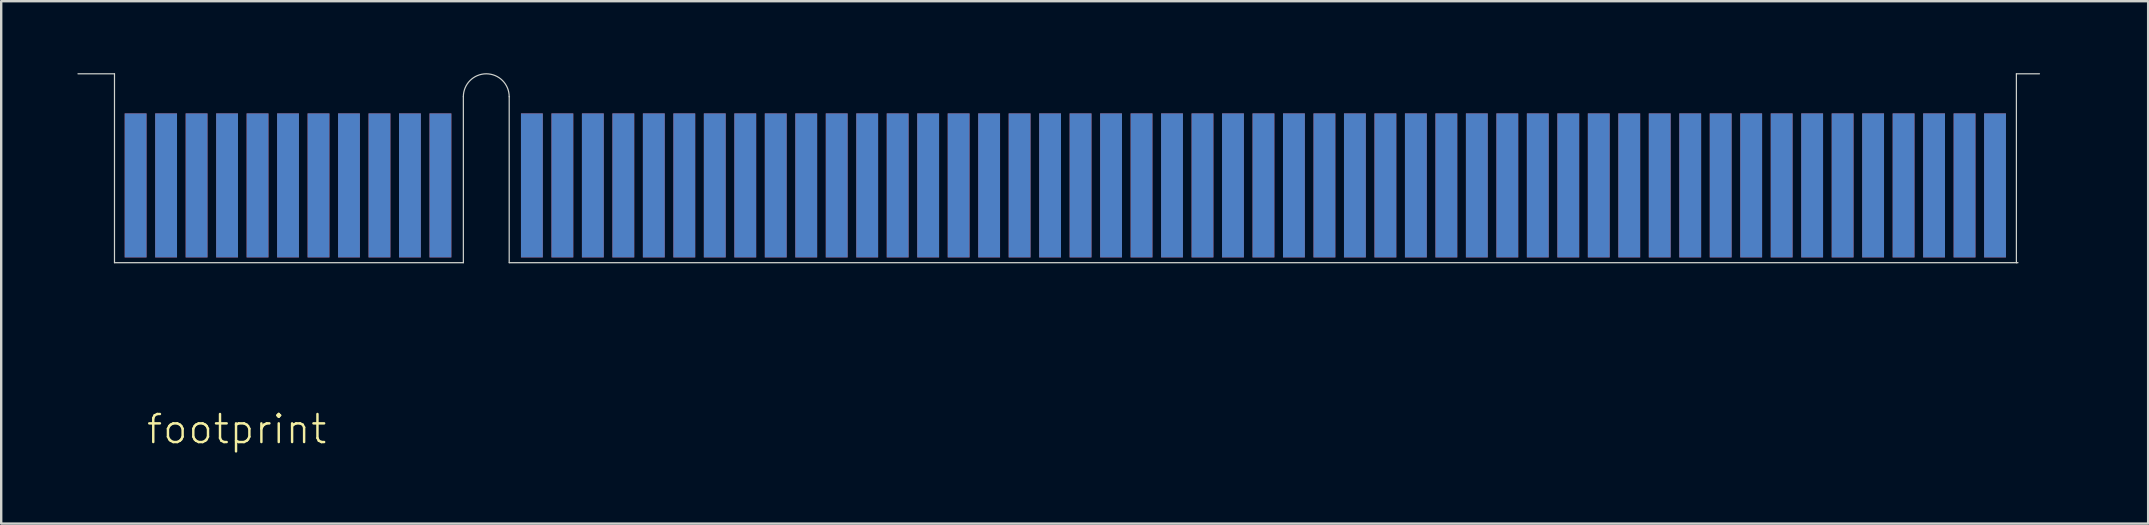
<source format=kicad_pcb>
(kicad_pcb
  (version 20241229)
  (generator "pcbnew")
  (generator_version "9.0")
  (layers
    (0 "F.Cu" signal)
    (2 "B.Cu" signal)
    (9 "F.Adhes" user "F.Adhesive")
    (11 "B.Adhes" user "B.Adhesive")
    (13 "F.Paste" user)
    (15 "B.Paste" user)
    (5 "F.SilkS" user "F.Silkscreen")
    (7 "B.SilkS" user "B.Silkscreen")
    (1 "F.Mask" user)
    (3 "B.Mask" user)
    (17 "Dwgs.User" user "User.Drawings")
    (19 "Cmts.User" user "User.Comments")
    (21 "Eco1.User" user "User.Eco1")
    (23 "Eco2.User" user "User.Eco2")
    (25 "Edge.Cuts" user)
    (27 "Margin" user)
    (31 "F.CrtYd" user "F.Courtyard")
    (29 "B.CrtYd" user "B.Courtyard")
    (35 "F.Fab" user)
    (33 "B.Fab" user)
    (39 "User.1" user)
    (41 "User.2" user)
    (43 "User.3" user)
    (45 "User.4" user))
  (footprint "footprint"
    (layer "F.Cu")
    (at 2.6 7.895)
    (property "Reference" "footprint" (at 0.39 7.62 0) (layer "F.SilkS") (effects (font (size 1.168 1.168) (thickness 0.102)) (justify left bottom)))
    (fp_line (start -2.15 3.81) (end 80.4 3.81) (stroke (width 0.9) (type solid)) (layer "F.Mask"))
    (fp_line (start 0 -5.915) (end 0 3.52) (stroke (width 0.91) (type solid)) (layer "F.Mask"))
    (fp_line (start 1.27 -5.915) (end 1.27 3.52) (stroke (width 0.91) (type solid)) (layer "F.Mask"))
    (fp_line (start 2.54 -5.915) (end 2.54 3.52) (stroke (width 0.91) (type solid)) (layer "F.Mask"))
    (fp_line (start 3.81 -5.915) (end 3.81 3.52) (stroke (width 0.91) (type solid)) (layer "F.Mask"))
    (fp_line (start 5.08 -5.915) (end 5.08 3.52) (stroke (width 0.91) (type solid)) (layer "F.Mask"))
    (fp_line (start 6.35 -5.915) (end 6.35 3.52) (stroke (width 0.91) (type solid)) (layer "F.Mask"))
    (fp_line (start 7.62 -5.915) (end 7.62 3.52) (stroke (width 0.91) (type solid)) (layer "F.Mask"))
    (fp_line (start 8.89 -5.915) (end 8.89 3.52) (stroke (width 0.91) (type solid)) (layer "F.Mask"))
    (fp_line (start 10.16 -5.915) (end 10.16 3.52) (stroke (width 0.91) (type solid)) (layer "F.Mask"))
    (fp_line (start 11.43 -5.915) (end 11.43 3.52) (stroke (width 0.91) (type solid)) (layer "F.Mask"))
    (fp_line (start 12.7 -5.915) (end 12.7 3.52) (stroke (width 0.91) (type solid)) (layer "F.Mask"))
    (fp_line (start 16.51 -5.915) (end 16.51 3.52) (stroke (width 0.91) (type solid)) (layer "F.Mask"))
    (fp_line (start 17.78 -5.915) (end 17.78 3.52) (stroke (width 0.91) (type solid)) (layer "F.Mask"))
    (fp_line (start 19.05 -5.915) (end 19.05 3.52) (stroke (width 0.91) (type solid)) (layer "F.Mask"))
    (fp_line (start 20.32 -5.915) (end 20.32 3.52) (stroke (width 0.91) (type solid)) (layer "F.Mask"))
    (fp_line (start 21.59 -5.915) (end 21.59 3.52) (stroke (width 0.91) (type solid)) (layer "F.Mask"))
    (fp_line (start 22.86 -5.915) (end 22.86 3.52) (stroke (width 0.91) (type solid)) (layer "F.Mask"))
    (fp_line (start 24.13 -5.915) (end 24.13 3.52) (stroke (width 0.91) (type solid)) (layer "F.Mask"))
    (fp_line (start 25.4 -5.915) (end 25.4 3.52) (stroke (width 0.91) (type solid)) (layer "F.Mask"))
    (fp_line (start 26.67 -5.915) (end 26.67 3.52) (stroke (width 0.91) (type solid)) (layer "F.Mask"))
    (fp_line (start 27.94 -5.915) (end 27.94 3.52) (stroke (width 0.91) (type solid)) (layer "F.Mask"))
    (fp_line (start 29.21 -5.915) (end 29.21 3.52) (stroke (width 0.91) (type solid)) (layer "F.Mask"))
    (fp_line (start 30.48 -5.915) (end 30.48 3.52) (stroke (width 0.91) (type solid)) (layer "F.Mask"))
    (fp_line (start 31.75 -5.915) (end 31.75 3.52) (stroke (width 0.91) (type solid)) (layer "F.Mask"))
    (fp_line (start 33.02 -5.915) (end 33.02 3.52) (stroke (width 0.91) (type solid)) (layer "F.Mask"))
    (fp_line (start 34.29 -5.915) (end 34.29 3.52) (stroke (width 0.91) (type solid)) (layer "F.Mask"))
    (fp_line (start 35.56 -5.915) (end 35.56 3.52) (stroke (width 0.91) (type solid)) (layer "F.Mask"))
    (fp_line (start 36.83 -5.915) (end 36.83 3.52) (stroke (width 0.91) (type solid)) (layer "F.Mask"))
    (fp_line (start 38.1 -5.915) (end 38.1 3.52) (stroke (width 0.91) (type solid)) (layer "F.Mask"))
    (fp_line (start 39.37 -5.915) (end 39.37 3.52) (stroke (width 0.91) (type solid)) (layer "F.Mask"))
    (fp_line (start 40.64 -5.915) (end 40.64 3.52) (stroke (width 0.91) (type solid)) (layer "F.Mask"))
    (fp_line (start 41.91 -5.915) (end 41.91 3.52) (stroke (width 0.91) (type solid)) (layer "F.Mask"))
    (fp_line (start 43.18 -5.915) (end 43.18 3.52) (stroke (width 0.91) (type solid)) (layer "F.Mask"))
    (fp_line (start 44.45 -5.915) (end 44.45 3.52) (stroke (width 0.91) (type solid)) (layer "F.Mask"))
    (fp_line (start 45.72 -5.915) (end 45.72 3.52) (stroke (width 0.91) (type solid)) (layer "F.Mask"))
    (fp_line (start 46.99 -5.915) (end 46.99 3.52) (stroke (width 0.91) (type solid)) (layer "F.Mask"))
    (fp_line (start 48.26 -5.915) (end 48.26 3.52) (stroke (width 0.91) (type solid)) (layer "F.Mask"))
    (fp_line (start 49.53 -5.915) (end 49.53 3.52) (stroke (width 0.91) (type solid)) (layer "F.Mask"))
    (fp_line (start 50.8 -5.915) (end 50.8 3.52) (stroke (width 0.91) (type solid)) (layer "F.Mask"))
    (fp_line (start 52.07 -5.915) (end 52.07 3.52) (stroke (width 0.91) (type solid)) (layer "F.Mask"))
    (fp_line (start 53.34 -5.915) (end 53.34 3.52) (stroke (width 0.91) (type solid)) (layer "F.Mask"))
    (fp_line (start 54.61 -5.915) (end 54.61 3.52) (stroke (width 0.91) (type solid)) (layer "F.Mask"))
    (fp_line (start 55.88 -5.915) (end 55.88 3.52) (stroke (width 0.91) (type solid)) (layer "F.Mask"))
    (fp_line (start 57.15 -5.915) (end 57.15 3.52) (stroke (width 0.91) (type solid)) (layer "F.Mask"))
    (fp_line (start 58.42 -5.915) (end 58.42 3.52) (stroke (width 0.91) (type solid)) (layer "F.Mask"))
    (fp_line (start 59.69 -5.915) (end 59.69 3.52) (stroke (width 0.91) (type solid)) (layer "F.Mask"))
    (fp_line (start 60.96 -5.915) (end 60.96 3.52) (stroke (width 0.91) (type solid)) (layer "F.Mask"))
    (fp_line (start 62.23 -5.915) (end 62.23 3.52) (stroke (width 0.91) (type solid)) (layer "F.Mask"))
    (fp_line (start 63.5 -5.915) (end 63.5 3.52) (stroke (width 0.91) (type solid)) (layer "F.Mask"))
    (fp_line (start 64.77 -5.915) (end 64.77 3.52) (stroke (width 0.91) (type solid)) (layer "F.Mask"))
    (fp_line (start 66.04 -5.915) (end 66.04 3.52) (stroke (width 0.91) (type solid)) (layer "F.Mask"))
    (fp_line (start 67.31 -5.915) (end 67.31 3.52) (stroke (width 0.91) (type solid)) (layer "F.Mask"))
    (fp_line (start 68.58 -5.915) (end 68.58 3.52) (stroke (width 0.91) (type solid)) (layer "F.Mask"))
    (fp_line (start 69.85 -5.915) (end 69.85 3.52) (stroke (width 0.91) (type solid)) (layer "F.Mask"))
    (fp_line (start 71.12 -5.915) (end 71.12 3.52) (stroke (width 0.91) (type solid)) (layer "F.Mask"))
    (fp_line (start 72.39 -5.915) (end 72.39 3.52) (stroke (width 0.91) (type solid)) (layer "F.Mask"))
    (fp_line (start 73.66 -5.915) (end 73.66 3.52) (stroke (width 0.91) (type solid)) (layer "F.Mask"))
    (fp_line (start 74.93 -5.915) (end 74.93 3.52) (stroke (width 0.91) (type solid)) (layer "F.Mask"))
    (fp_line (start 76.2 -5.915) (end 76.2 3.52) (stroke (width 0.91) (type solid)) (layer "F.Mask"))
    (fp_line (start 77.47 -5.915) (end 77.47 3.52) (stroke (width 0.91) (type solid)) (layer "F.Mask"))
    (fp_line (start 0 3.52) (end 0 -5.915) (stroke (width 0.91) (type solid)) (layer "B.Mask"))
    (fp_line (start 1.27 3.52) (end 1.27 -5.915) (stroke (width 0.91) (type solid)) (layer "B.Mask"))
    (fp_line (start 2.54 3.52) (end 2.54 -5.915) (stroke (width 0.91) (type solid)) (layer "B.Mask"))
    (fp_line (start 3.81 3.52) (end 3.81 -5.915) (stroke (width 0.91) (type solid)) (layer "B.Mask"))
    (fp_line (start 5.08 3.52) (end 5.08 -5.915) (stroke (width 0.91) (type solid)) (layer "B.Mask"))
    (fp_line (start 6.35 3.52) (end 6.35 -5.915) (stroke (width 0.91) (type solid)) (layer "B.Mask"))
    (fp_line (start 7.62 3.52) (end 7.62 -5.915) (stroke (width 0.91) (type solid)) (layer "B.Mask"))
    (fp_line (start 8.89 3.52) (end 8.89 -5.915) (stroke (width 0.91) (type solid)) (layer "B.Mask"))
    (fp_line (start 10.16 3.52) (end 10.16 -5.915) (stroke (width 0.91) (type solid)) (layer "B.Mask"))
    (fp_line (start 11.43 3.52) (end 11.43 -5.915) (stroke (width 0.91) (type solid)) (layer "B.Mask"))
    (fp_line (start 12.7 3.52) (end 12.7 -5.915) (stroke (width 0.91) (type solid)) (layer "B.Mask"))
    (fp_line (start 16.51 3.52) (end 16.51 -5.915) (stroke (width 0.91) (type solid)) (layer "B.Mask"))
    (fp_line (start 17.78 3.52) (end 17.78 -5.915) (stroke (width 0.91) (type solid)) (layer "B.Mask"))
    (fp_line (start 19.05 3.52) (end 19.05 -5.915) (stroke (width 0.91) (type solid)) (layer "B.Mask"))
    (fp_line (start 20.32 3.52) (end 20.32 -5.915) (stroke (width 0.91) (type solid)) (layer "B.Mask"))
    (fp_line (start 21.59 3.52) (end 21.59 -5.915) (stroke (width 0.91) (type solid)) (layer "B.Mask"))
    (fp_line (start 22.86 3.52) (end 22.86 -5.915) (stroke (width 0.91) (type solid)) (layer "B.Mask"))
    (fp_line (start 24.13 3.52) (end 24.13 -5.915) (stroke (width 0.91) (type solid)) (layer "B.Mask"))
    (fp_line (start 25.4 3.52) (end 25.4 -5.915) (stroke (width 0.91) (type solid)) (layer "B.Mask"))
    (fp_line (start 26.67 3.52) (end 26.67 -5.915) (stroke (width 0.91) (type solid)) (layer "B.Mask"))
    (fp_line (start 27.94 3.52) (end 27.94 -5.915) (stroke (width 0.91) (type solid)) (layer "B.Mask"))
    (fp_line (start 29.21 3.52) (end 29.21 -5.915) (stroke (width 0.91) (type solid)) (layer "B.Mask"))
    (fp_line (start 30.48 3.52) (end 30.48 -5.915) (stroke (width 0.91) (type solid)) (layer "B.Mask"))
    (fp_line (start 31.75 3.52) (end 31.75 -5.915) (stroke (width 0.91) (type solid)) (layer "B.Mask"))
    (fp_line (start 33.02 3.52) (end 33.02 -5.915) (stroke (width 0.91) (type solid)) (layer "B.Mask"))
    (fp_line (start 34.29 3.52) (end 34.29 -5.915) (stroke (width 0.91) (type solid)) (layer "B.Mask"))
    (fp_line (start 35.56 3.52) (end 35.56 -5.915) (stroke (width 0.91) (type solid)) (layer "B.Mask"))
    (fp_line (start 36.83 3.52) (end 36.83 -5.915) (stroke (width 0.91) (type solid)) (layer "B.Mask"))
    (fp_line (start 38.1 3.52) (end 38.1 -5.915) (stroke (width 0.91) (type solid)) (layer "B.Mask"))
    (fp_line (start 39.37 3.52) (end 39.37 -5.915) (stroke (width 0.91) (type solid)) (layer "B.Mask"))
    (fp_line (start 40.64 3.52) (end 40.64 -5.915) (stroke (width 0.91) (type solid)) (layer "B.Mask"))
    (fp_line (start 41.91 3.52) (end 41.91 -5.915) (stroke (width 0.91) (type solid)) (layer "B.Mask"))
    (fp_line (start 43.18 3.52) (end 43.18 -5.915) (stroke (width 0.91) (type solid)) (layer "B.Mask"))
    (fp_line (start 44.45 3.52) (end 44.45 -5.915) (stroke (width 0.91) (type solid)) (layer "B.Mask"))
    (fp_line (start 45.72 3.52) (end 45.72 -5.915) (stroke (width 0.91) (type solid)) (layer "B.Mask"))
    (fp_line (start 46.99 3.52) (end 46.99 -5.915) (stroke (width 0.91) (type solid)) (layer "B.Mask"))
    (fp_line (start 48.26 3.52) (end 48.26 -5.915) (stroke (width 0.91) (type solid)) (layer "B.Mask"))
    (fp_line (start 49.53 3.52) (end 49.53 -5.915) (stroke (width 0.91) (type solid)) (layer "B.Mask"))
    (fp_line (start 50.8 3.52) (end 50.8 -5.915) (stroke (width 0.91) (type solid)) (layer "B.Mask"))
    (fp_line (start 52.07 3.52) (end 52.07 -5.915) (stroke (width 0.91) (type solid)) (layer "B.Mask"))
    (fp_line (start 53.34 3.52) (end 53.34 -5.915) (stroke (width 0.91) (type solid)) (layer "B.Mask"))
    (fp_line (start 54.61 3.52) (end 54.61 -5.915) (stroke (width 0.91) (type solid)) (layer "B.Mask"))
    (fp_line (start 55.88 3.52) (end 55.88 -5.915) (stroke (width 0.91) (type solid)) (layer "B.Mask"))
    (fp_line (start 57.15 3.52) (end 57.15 -5.915) (stroke (width 0.91) (type solid)) (layer "B.Mask"))
    (fp_line (start 58.42 3.52) (end 58.42 -5.915) (stroke (width 0.91) (type solid)) (layer "B.Mask"))
    (fp_line (start 59.69 3.52) (end 59.69 -5.915) (stroke (width 0.91) (type solid)) (layer "B.Mask"))
    (fp_line (start 60.96 3.52) (end 60.96 -5.915) (stroke (width 0.91) (type solid)) (layer "B.Mask"))
    (fp_line (start 62.23 3.52) (end 62.23 -5.915) (stroke (width 0.91) (type solid)) (layer "B.Mask"))
    (fp_line (start 63.5 3.52) (end 63.5 -5.915) (stroke (width 0.91) (type solid)) (layer "B.Mask"))
    (fp_line (start 64.77 3.52) (end 64.77 -5.915) (stroke (width 0.91) (type solid)) (layer "B.Mask"))
    (fp_line (start 66.04 3.52) (end 66.04 -5.915) (stroke (width 0.91) (type solid)) (layer "B.Mask"))
    (fp_line (start 67.31 3.52) (end 67.31 -5.915) (stroke (width 0.91) (type solid)) (layer "B.Mask"))
    (fp_line (start 68.58 3.52) (end 68.58 -5.915) (stroke (width 0.91) (type solid)) (layer "B.Mask"))
    (fp_line (start 69.85 3.52) (end 69.85 -5.915) (stroke (width 0.91) (type solid)) (layer "B.Mask"))
    (fp_line (start 71.12 3.52) (end 71.12 -5.915) (stroke (width 0.91) (type solid)) (layer "B.Mask"))
    (fp_line (start 72.39 3.52) (end 72.39 -5.915) (stroke (width 0.91) (type solid)) (layer "B.Mask"))
    (fp_line (start 73.66 3.52) (end 73.66 -5.915) (stroke (width 0.91) (type solid)) (layer "B.Mask"))
    (fp_line (start 74.93 3.52) (end 74.93 -5.915) (stroke (width 0.91) (type solid)) (layer "B.Mask"))
    (fp_line (start 76.2 3.52) (end 76.2 -5.915) (stroke (width 0.91) (type solid)) (layer "B.Mask"))
    (fp_line (start 77.47 3.52) (end 77.47 -5.915) (stroke (width 0.91) (type solid)) (layer "B.Mask"))
    (fp_line (start 80.4 3.81) (end -2.15 3.81) (stroke (width 0.9) (type solid)) (layer "B.Mask"))
    (fp_line (start -0.88 -7.87) (end -2.4 -7.87) (stroke (width 0.05) (type solid)) (layer "Edge.Cuts"))
    (fp_line (start -0.88 0) (end -0.88 -7.87) (stroke (width 0.05) (type solid)) (layer "Edge.Cuts"))
    (fp_line (start -0.88 0) (end 13.655 0) (stroke (width 0.05) (type solid)) (layer "Edge.Cuts"))
    (fp_line (start 13.655 0) (end 13.655 -6.915) (stroke (width 0.05) (type solid)) (layer "Edge.Cuts"))
    (fp_line (start 15.565 0) (end 15.565 -6.915) (stroke (width 0.05) (type solid)) (layer "Edge.Cuts"))
    (fp_line (start 15.565 0) (end 78.36 0) (stroke (width 0.05) (type solid)) (layer "Edge.Cuts"))
    (fp_line (start 78.36 -7.87) (end 79.32 -7.87) (stroke (width 0.05) (type solid)) (layer "Edge.Cuts"))
    (fp_line (start 78.36 0) (end 78.36 -7.87) (stroke (width 0.05) (type solid)) (layer "Edge.Cuts"))
    (fp_line (start 78.36 0) (end 78.425 0) (stroke (width 0.05) (type solid)) (layer "Edge.Cuts"))
    (fp_arc (start 13.655 -6.915) (mid 14.61 -7.87) (end 15.565 -6.915) (stroke (width 0.05) (type solid)) (layer "Edge.Cuts"))
    (pad "1" smd rect (at 0 -3.22) (size 0.91 6) (layers "F.Cu" "F.Mask" "F.Paste"))
    (pad "2" smd rect (at 0 -3.22) (size 0.91 6) (layers "B.Cu" "B.Mask" "B.Paste"))
    (pad "3" smd rect (at 1.27 -3.22) (size 0.91 6) (layers "F.Cu" "F.Mask" "F.Paste"))
    (pad "4" smd rect (at 1.27 -3.22) (size 0.91 6) (layers "B.Cu" "B.Mask" "B.Paste"))
    (pad "5" smd rect (at 2.54 -3.22) (size 0.91 6) (layers "F.Cu" "F.Mask" "F.Paste"))
    (pad "6" smd rect (at 2.54 -3.22) (size 0.91 6) (layers "B.Cu" "B.Mask" "B.Paste"))
    (pad "7" smd rect (at 3.81 -3.22) (size 0.91 6) (layers "F.Cu" "F.Mask" "F.Paste"))
    (pad "8" smd rect (at 3.81 -3.22) (size 0.91 6) (layers "B.Cu" "B.Mask" "B.Paste"))
    (pad "9" smd rect (at 5.08 -3.22) (size 0.91 6) (layers "F.Cu" "F.Mask" "F.Paste"))
    (pad "10" smd rect (at 5.08 -3.22) (size 0.91 6) (layers "B.Cu" "B.Mask" "B.Paste"))
    (pad "11" smd rect (at 6.35 -3.22) (size 0.91 6) (layers "F.Cu" "F.Mask" "F.Paste"))
    (pad "12" smd rect (at 6.35 -3.22) (size 0.91 6) (layers "B.Cu" "B.Mask" "B.Paste"))
    (pad "13" smd rect (at 7.62 -3.22) (size 0.91 6) (layers "F.Cu" "F.Mask" "F.Paste"))
    (pad "14" smd rect (at 7.62 -3.22) (size 0.91 6) (layers "B.Cu" "B.Mask" "B.Paste"))
    (pad "15" smd rect (at 8.89 -3.22) (size 0.91 6) (layers "F.Cu" "F.Mask" "F.Paste"))
    (pad "16" smd rect (at 8.89 -3.22) (size 0.91 6) (layers "B.Cu" "B.Mask" "B.Paste"))
    (pad "17" smd rect (at 10.16 -3.22) (size 0.91 6) (layers "F.Cu" "F.Mask" "F.Paste"))
    (pad "18" smd rect (at 10.16 -3.22) (size 0.91 6) (layers "B.Cu" "B.Mask" "B.Paste"))
    (pad "19" smd rect (at 11.43 -3.22) (size 0.91 6) (layers "F.Cu" "F.Mask" "F.Paste"))
    (pad "20" smd rect (at 11.43 -3.22) (size 0.91 6) (layers "B.Cu" "B.Mask" "B.Paste"))
    (pad "21" smd rect (at 12.7 -3.22) (size 0.91 6) (layers "F.Cu" "F.Mask" "F.Paste"))
    (pad "22" smd rect (at 12.7 -3.22) (size 0.91 6) (layers "B.Cu" "B.Mask" "B.Paste"))
    (pad "23" smd rect (at 16.51 -3.22) (size 0.91 6) (layers "F.Cu" "F.Mask" "F.Paste"))
    (pad "24" smd rect (at 16.51 -3.22) (size 0.91 6) (layers "B.Cu" "B.Mask" "B.Paste"))
    (pad "25" smd rect (at 17.78 -3.22) (size 0.91 6) (layers "F.Cu" "F.Mask" "F.Paste"))
    (pad "26" smd rect (at 17.78 -3.22) (size 0.91 6) (layers "B.Cu" "B.Mask" "B.Paste"))
    (pad "27" smd rect (at 19.05 -3.22) (size 0.91 6) (layers "F.Cu" "F.Mask" "F.Paste"))
    (pad "28" smd rect (at 19.05 -3.22) (size 0.91 6) (layers "B.Cu" "B.Mask" "B.Paste"))
    (pad "29" smd rect (at 20.32 -3.22) (size 0.91 6) (layers "F.Cu" "F.Mask" "F.Paste"))
    (pad "30" smd rect (at 20.32 -3.22) (size 0.91 6) (layers "B.Cu" "B.Mask" "B.Paste"))
    (pad "31" smd rect (at 21.59 -3.22) (size 0.91 6) (layers "F.Cu" "F.Mask" "F.Paste"))
    (pad "32" smd rect (at 21.59 -3.22) (size 0.91 6) (layers "B.Cu" "B.Mask" "B.Paste"))
    (pad "33" smd rect (at 22.86 -3.22) (size 0.91 6) (layers "F.Cu" "F.Mask" "F.Paste"))
    (pad "34" smd rect (at 22.86 -3.22) (size 0.91 6) (layers "B.Cu" "B.Mask" "B.Paste"))
    (pad "35" smd rect (at 24.13 -3.22) (size 0.91 6) (layers "F.Cu" "F.Mask" "F.Paste"))
    (pad "36" smd rect (at 24.13 -3.22) (size 0.91 6) (layers "B.Cu" "B.Mask" "B.Paste"))
    (pad "37" smd rect (at 25.4 -3.22) (size 0.91 6) (layers "F.Cu" "F.Mask" "F.Paste"))
    (pad "38" smd rect (at 25.4 -3.22) (size 0.91 6) (layers "B.Cu" "B.Mask" "B.Paste"))
    (pad "39" smd rect (at 26.67 -3.22) (size 0.91 6) (layers "F.Cu" "F.Mask" "F.Paste"))
    (pad "40" smd rect (at 26.67 -3.22) (size 0.91 6) (layers "B.Cu" "B.Mask" "B.Paste"))
    (pad "41" smd rect (at 27.94 -3.22) (size 0.91 6) (layers "F.Cu" "F.Mask" "F.Paste"))
    (pad "42" smd rect (at 27.94 -3.22) (size 0.91 6) (layers "B.Cu" "B.Mask" "B.Paste"))
    (pad "43" smd rect (at 29.21 -3.22) (size 0.91 6) (layers "F.Cu" "F.Mask" "F.Paste"))
    (pad "44" smd rect (at 29.21 -3.22) (size 0.91 6) (layers "B.Cu" "B.Mask" "B.Paste"))
    (pad "45" smd rect (at 30.48 -3.22) (size 0.91 6) (layers "F.Cu" "F.Mask" "F.Paste"))
    (pad "46" smd rect (at 30.48 -3.22) (size 0.91 6) (layers "B.Cu" "B.Mask" "B.Paste"))
    (pad "47" smd rect (at 31.75 -3.22) (size 0.91 6) (layers "F.Cu" "F.Mask" "F.Paste"))
    (pad "48" smd rect (at 31.75 -3.22) (size 0.91 6) (layers "B.Cu" "B.Mask" "B.Paste"))
    (pad "49" smd rect (at 33.02 -3.22) (size 0.91 6) (layers "F.Cu" "F.Mask" "F.Paste"))
    (pad "50" smd rect (at 33.02 -3.22) (size 0.91 6) (layers "B.Cu" "B.Mask" "B.Paste"))
    (pad "51" smd rect (at 34.29 -3.22) (size 0.91 6) (layers "F.Cu" "F.Mask" "F.Paste"))
    (pad "52" smd rect (at 34.29 -3.22) (size 0.91 6) (layers "B.Cu" "B.Mask" "B.Paste"))
    (pad "53" smd rect (at 35.56 -3.22) (size 0.91 6) (layers "F.Cu" "F.Mask" "F.Paste"))
    (pad "54" smd rect (at 35.56 -3.22) (size 0.91 6) (layers "B.Cu" "B.Mask" "B.Paste"))
    (pad "55" smd rect (at 36.83 -3.22) (size 0.91 6) (layers "F.Cu" "F.Mask" "F.Paste"))
    (pad "56" smd rect (at 36.83 -3.22) (size 0.91 6) (layers "B.Cu" "B.Mask" "B.Paste"))
    (pad "57" smd rect (at 38.1 -3.22) (size 0.91 6) (layers "F.Cu" "F.Mask" "F.Paste"))
    (pad "58" smd rect (at 38.1 -3.22) (size 0.91 6) (layers "B.Cu" "B.Mask" "B.Paste"))
    (pad "59" smd rect (at 39.37 -3.22) (size 0.91 6) (layers "F.Cu" "F.Mask" "F.Paste"))
    (pad "60" smd rect (at 39.37 -3.22) (size 0.91 6) (layers "B.Cu" "B.Mask" "B.Paste"))
    (pad "61" smd rect (at 40.64 -3.22) (size 0.91 6) (layers "F.Cu" "F.Mask" "F.Paste"))
    (pad "62" smd rect (at 40.64 -3.22) (size 0.91 6) (layers "B.Cu" "B.Mask" "B.Paste"))
    (pad "63" smd rect (at 41.91 -3.22) (size 0.91 6) (layers "F.Cu" "F.Mask" "F.Paste"))
    (pad "64" smd rect (at 41.91 -3.22) (size 0.91 6) (layers "B.Cu" "B.Mask" "B.Paste"))
    (pad "65" smd rect (at 43.18 -3.22) (size 0.91 6) (layers "F.Cu" "F.Mask" "F.Paste"))
    (pad "66" smd rect (at 43.18 -3.22) (size 0.91 6) (layers "B.Cu" "B.Mask" "B.Paste"))
    (pad "67" smd rect (at 44.45 -3.22) (size 0.91 6) (layers "F.Cu" "F.Mask" "F.Paste"))
    (pad "68" smd rect (at 44.45 -3.22) (size 0.91 6) (layers "B.Cu" "B.Mask" "B.Paste"))
    (pad "69" smd rect (at 45.72 -3.22) (size 0.91 6) (layers "F.Cu" "F.Mask" "F.Paste"))
    (pad "70" smd rect (at 45.72 -3.22) (size 0.91 6) (layers "B.Cu" "B.Mask" "B.Paste"))
    (pad "71" smd rect (at 46.99 -3.22) (size 0.91 6) (layers "F.Cu" "F.Mask" "F.Paste"))
    (pad "72" smd rect (at 46.99 -3.22) (size 0.91 6) (layers "B.Cu" "B.Mask" "B.Paste"))
    (pad "73" smd rect (at 48.26 -3.22) (size 0.91 6) (layers "F.Cu" "F.Mask" "F.Paste"))
    (pad "74" smd rect (at 48.26 -3.22) (size 0.91 6) (layers "B.Cu" "B.Mask" "B.Paste"))
    (pad "75" smd rect (at 49.53 -3.22) (size 0.91 6) (layers "F.Cu" "F.Mask" "F.Paste"))
    (pad "76" smd rect (at 49.53 -3.22) (size 0.91 6) (layers "B.Cu" "B.Mask" "B.Paste"))
    (pad "77" smd rect (at 50.8 -3.22) (size 0.91 6) (layers "F.Cu" "F.Mask" "F.Paste"))
    (pad "78" smd rect (at 50.8 -3.22) (size 0.91 6) (layers "B.Cu" "B.Mask" "B.Paste"))
    (pad "79" smd rect (at 52.07 -3.22) (size 0.91 6) (layers "F.Cu" "F.Mask" "F.Paste"))
    (pad "80" smd rect (at 52.07 -3.22) (size 0.91 6) (layers "B.Cu" "B.Mask" "B.Paste"))
    (pad "81" smd rect (at 53.34 -3.22) (size 0.91 6) (layers "F.Cu" "F.Mask" "F.Paste"))
    (pad "82" smd rect (at 53.34 -3.22) (size 0.91 6) (layers "B.Cu" "B.Mask" "B.Paste"))
    (pad "83" smd rect (at 54.61 -3.22) (size 0.91 6) (layers "F.Cu" "F.Mask" "F.Paste"))
    (pad "84" smd rect (at 54.61 -3.22) (size 0.91 6) (layers "B.Cu" "B.Mask" "B.Paste"))
    (pad "85" smd rect (at 55.88 -3.22) (size 0.91 6) (layers "F.Cu" "F.Mask" "F.Paste"))
    (pad "86" smd rect (at 55.88 -3.22) (size 0.91 6) (layers "B.Cu" "B.Mask" "B.Paste"))
    (pad "87" smd rect (at 57.15 -3.22) (size 0.91 6) (layers "F.Cu" "F.Mask" "F.Paste"))
    (pad "88" smd rect (at 57.15 -3.22) (size 0.91 6) (layers "B.Cu" "B.Mask" "B.Paste"))
    (pad "89" smd rect (at 58.42 -3.22) (size 0.91 6) (layers "F.Cu" "F.Mask" "F.Paste"))
    (pad "90" smd rect (at 58.42 -3.22) (size 0.91 6) (layers "B.Cu" "B.Mask" "B.Paste"))
    (pad "91" smd rect (at 59.69 -3.22) (size 0.91 6) (layers "F.Cu" "F.Mask" "F.Paste"))
    (pad "92" smd rect (at 59.69 -3.22) (size 0.91 6) (layers "B.Cu" "B.Mask" "B.Paste"))
    (pad "93" smd rect (at 60.96 -3.22) (size 0.91 6) (layers "F.Cu" "F.Mask" "F.Paste"))
    (pad "94" smd rect (at 60.96 -3.22) (size 0.91 6) (layers "B.Cu" "B.Mask" "B.Paste"))
    (pad "95" smd rect (at 62.23 -3.22) (size 0.91 6) (layers "F.Cu" "F.Mask" "F.Paste"))
    (pad "96" smd rect (at 62.23 -3.22) (size 0.91 6) (layers "B.Cu" "B.Mask" "B.Paste"))
    (pad "97" smd rect (at 63.5 -3.22) (size 0.91 6) (layers "F.Cu" "F.Mask" "F.Paste"))
    (pad "98" smd rect (at 63.5 -3.22) (size 0.91 6) (layers "B.Cu" "B.Mask" "B.Paste"))
    (pad "99" smd rect (at 64.77 -3.22) (size 0.91 6) (layers "F.Cu" "F.Mask" "F.Paste"))
    (pad "100" smd rect (at 64.77 -3.22) (size 0.91 6) (layers "B.Cu" "B.Mask" "B.Paste"))
    (pad "101" smd rect (at 66.04 -3.22) (size 0.91 6) (layers "F.Cu" "F.Mask" "F.Paste"))
    (pad "102" smd rect (at 66.04 -3.22) (size 0.91 6) (layers "B.Cu" "B.Mask" "B.Paste"))
    (pad "103" smd rect (at 67.31 -3.22) (size 0.91 6) (layers "F.Cu" "F.Mask" "F.Paste"))
    (pad "104" smd rect (at 67.31 -3.22) (size 0.91 6) (layers "B.Cu" "B.Mask" "B.Paste"))
    (pad "105" smd rect (at 68.58 -3.22) (size 0.91 6) (layers "F.Cu" "F.Mask" "F.Paste"))
    (pad "106" smd rect (at 68.58 -3.22) (size 0.91 6) (layers "B.Cu" "B.Mask" "B.Paste"))
    (pad "107" smd rect (at 69.85 -3.22) (size 0.91 6) (layers "F.Cu" "F.Mask" "F.Paste"))
    (pad "108" smd rect (at 69.85 -3.22) (size 0.91 6) (layers "B.Cu" "B.Mask" "B.Paste"))
    (pad "109" smd rect (at 71.12 -3.22) (size 0.91 6) (layers "F.Cu" "F.Mask" "F.Paste"))
    (pad "110" smd rect (at 71.12 -3.22) (size 0.91 6) (layers "B.Cu" "B.Mask" "B.Paste"))
    (pad "111" smd rect (at 72.39 -3.22) (size 0.91 6) (layers "F.Cu" "F.Mask" "F.Paste"))
    (pad "112" smd rect (at 72.39 -3.22) (size 0.91 6) (layers "B.Cu" "B.Mask" "B.Paste"))
    (pad "113" smd rect (at 73.66 -3.22) (size 0.91 6) (layers "F.Cu" "F.Mask" "F.Paste"))
    (pad "114" smd rect (at 73.66 -3.22) (size 0.91 6) (layers "B.Cu" "B.Mask" "B.Paste"))
    (pad "115" smd rect (at 74.93 -3.22) (size 0.91 6) (layers "F.Cu" "F.Mask" "F.Paste"))
    (pad "116" smd rect (at 74.93 -3.22) (size 0.91 6) (layers "B.Cu" "B.Mask" "B.Paste"))
    (pad "117" smd rect (at 76.2 -3.22) (size 0.91 6) (layers "F.Cu" "F.Mask" "F.Paste"))
    (pad "118" smd rect (at 76.2 -3.22) (size 0.91 6) (layers "B.Cu" "B.Mask" "B.Paste"))
    (pad "119" smd rect (at 77.47 -3.22) (size 0.91 6) (layers "F.Cu" "F.Mask" "F.Paste"))
    (pad "120" smd rect (at 77.47 -3.22) (size 0.91 6) (layers "B.Cu" "B.Mask" "B.Paste")))
  (gr_rect
    (start -3 -3)
    (end 86.45 18.765)
    (stroke (width 0.1) (type default))
    (fill no)
    (layer "Edge.Cuts")))
</source>
